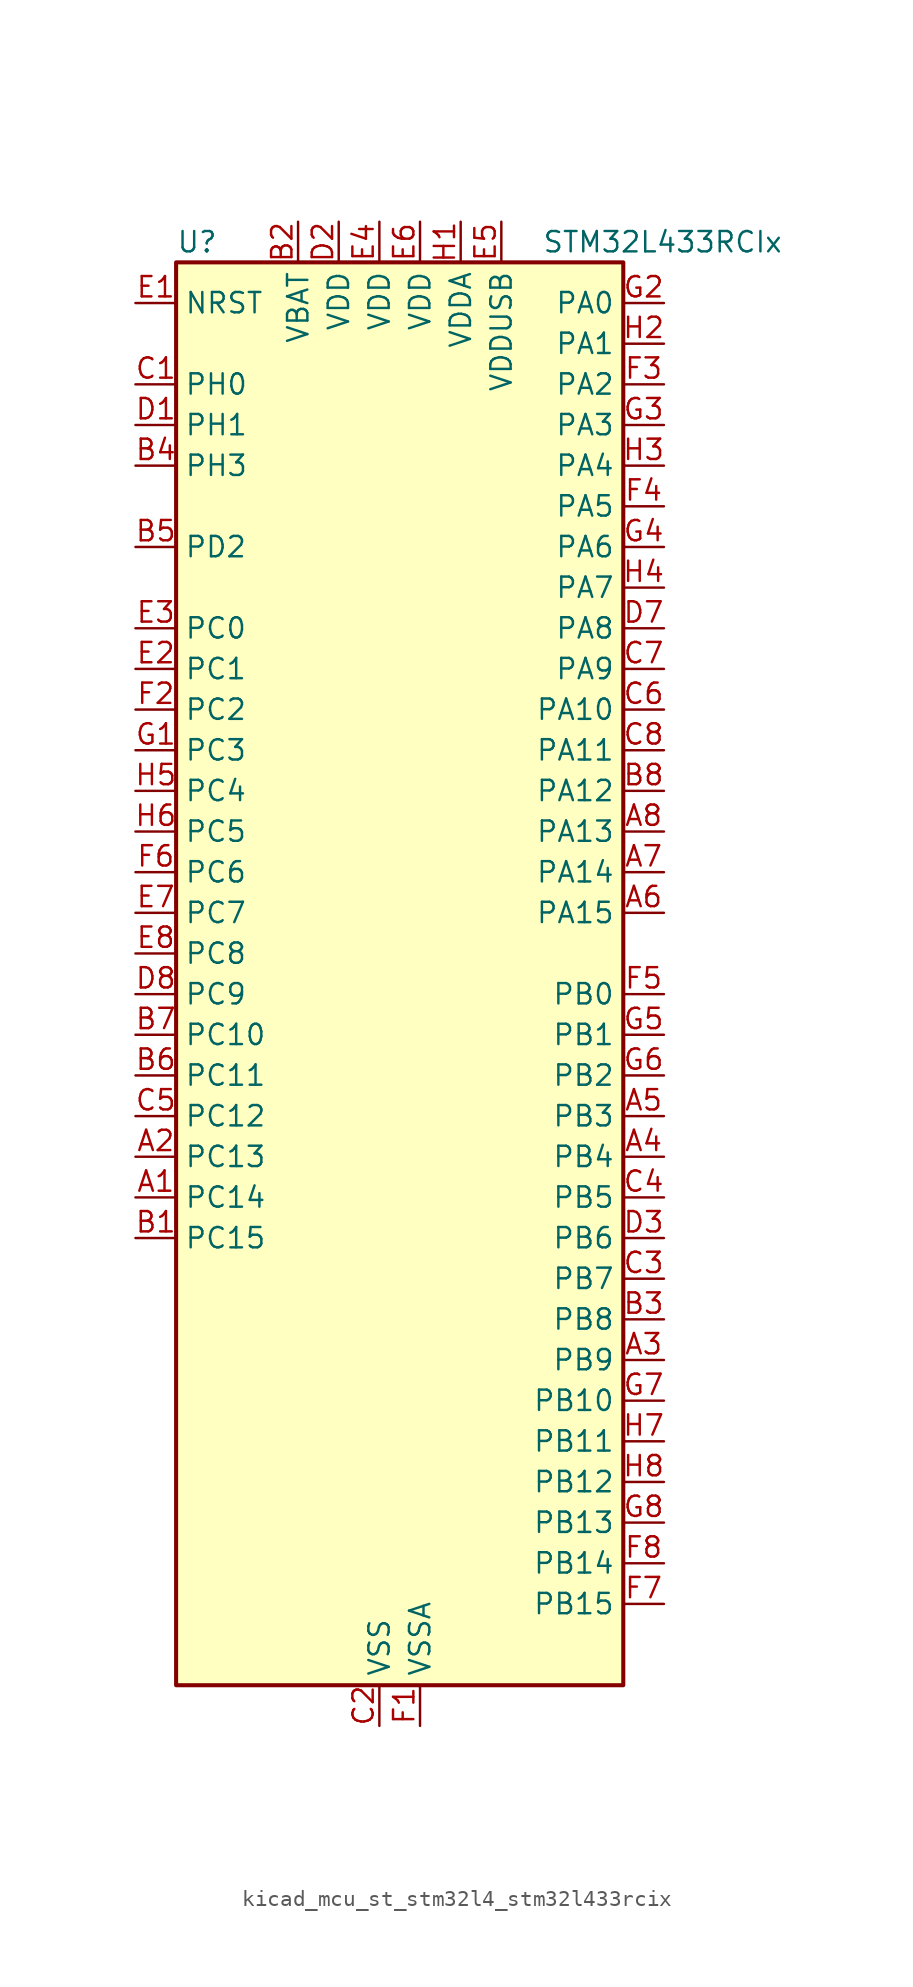
<source format=kicad_sym>
(kicad_symbol_lib
  (version 20220914)
  (generator kicad_symbol_editor)
  (symbol "kicad_mcu_st_stm32l4_stm32l433rcix"
    (property "Reference" "U"
      (at -12.7 46.99 0)
      (effects (font (size 1.27 1.27)) (justify left)))
    (property "Value" "STM32L433RCIx"
      (at 10.16 46.99 0)
      (effects (font (size 1.27 1.27)) (justify left)))
    (property "ki_locked" ""
      (at 0 0 0)
      (effects (font (size 1.27 1.27))))
    (symbol "kicad_mcu_st_stm32l4_stm32l433rcix_0_1"
      (rectangle (start -12.7 -43.18) (end 15.24 45.72) (stroke (width 0.254) (type default)) (fill (type background))))
    (symbol "kicad_mcu_st_stm32l4_stm32l433rcix_1_1"
      (pin bidirectional line (at -15.24 -12.7 0) (length 2.54) (name "PC14" (effects (font (size 1.27 1.27)))) (number "A1" (effects (font (size 1.27 1.27)))) (alternate "RCC_OSC32_IN" bidirectional line))
      (pin bidirectional line (at -15.24 -10.16 0) (length 2.54) (name "PC13" (effects (font (size 1.27 1.27)))) (number "A2" (effects (font (size 1.27 1.27)))) (alternate "RTC_OUT_ALARM" bidirectional line) (alternate "RTC_OUT_CALIB" bidirectional line) (alternate "RTC_TAMP1" bidirectional line) (alternate "RTC_TS" bidirectional line) (alternate "SYS_WKUP2" bidirectional line))
      (pin bidirectional line (at 17.78 -22.86 180) (length 2.54) (name "PB9" (effects (font (size 1.27 1.27)))) (number "A3" (effects (font (size 1.27 1.27)))) (alternate "CAN1_TX" bidirectional line) (alternate "DAC1_EXTI9" bidirectional line) (alternate "I2C1_SDA" bidirectional line) (alternate "IR_OUT" bidirectional line) (alternate "LCD_COM3" bidirectional line) (alternate "SAI1_FS_A" bidirectional line) (alternate "SDMMC1_D5" bidirectional line) (alternate "SPI2_NSS" bidirectional line))
      (pin bidirectional line (at 17.78 -10.16 180) (length 2.54) (name "PB4" (effects (font (size 1.27 1.27)))) (number "A4" (effects (font (size 1.27 1.27)))) (alternate "COMP2_INP" bidirectional line) (alternate "I2C3_SDA" bidirectional line) (alternate "LCD_SEG8" bidirectional line) (alternate "SAI1_MCLK_B" bidirectional line) (alternate "SPI1_MISO" bidirectional line) (alternate "SPI3_MISO" bidirectional line) (alternate "SYS_JTRST" bidirectional line) (alternate "TSC_G2_IO1" bidirectional line) (alternate "USART1_CTS" bidirectional line))
      (pin bidirectional line (at 17.78 -7.62 180) (length 2.54) (name "PB3" (effects (font (size 1.27 1.27)))) (number "A5" (effects (font (size 1.27 1.27)))) (alternate "COMP2_INM" bidirectional line) (alternate "LCD_SEG7" bidirectional line) (alternate "SAI1_SCK_B" bidirectional line) (alternate "SPI1_SCK" bidirectional line) (alternate "SPI3_SCK" bidirectional line) (alternate "SYS_JTDO-SWO" bidirectional line) (alternate "TIM2_CH2" bidirectional line) (alternate "USART1_DE" bidirectional line) (alternate "USART1_RTS" bidirectional line))
      (pin bidirectional line (at 17.78 5.08 180) (length 2.54) (name "PA15" (effects (font (size 1.27 1.27)))) (number "A6" (effects (font (size 1.27 1.27)))) (alternate "ADC1_EXTI15" bidirectional line) (alternate "LCD_SEG17" bidirectional line) (alternate "SPI1_NSS" bidirectional line) (alternate "SPI3_NSS" bidirectional line) (alternate "SWPMI1_SUSPEND" bidirectional line) (alternate "SYS_JTDI" bidirectional line) (alternate "TIM2_CH1" bidirectional line) (alternate "TIM2_ETR" bidirectional line) (alternate "TSC_G3_IO1" bidirectional line) (alternate "USART2_RX" bidirectional line) (alternate "USART3_DE" bidirectional line) (alternate "USART3_RTS" bidirectional line))
      (pin bidirectional line (at 17.78 7.62 180) (length 2.54) (name "PA14" (effects (font (size 1.27 1.27)))) (number "A7" (effects (font (size 1.27 1.27)))) (alternate "I2C1_SMBA" bidirectional line) (alternate "LPTIM1_OUT" bidirectional line) (alternate "SAI1_FS_B" bidirectional line) (alternate "SWPMI1_RX" bidirectional line) (alternate "SYS_JTCK-SWCLK" bidirectional line))
      (pin bidirectional line (at 17.78 10.16 180) (length 2.54) (name "PA13" (effects (font (size 1.27 1.27)))) (number "A8" (effects (font (size 1.27 1.27)))) (alternate "IR_OUT" bidirectional line) (alternate "SAI1_SD_B" bidirectional line) (alternate "SWPMI1_TX" bidirectional line) (alternate "SYS_JTMS-SWDIO" bidirectional line) (alternate "USB_NOE" bidirectional line))
      (pin bidirectional line (at -15.24 -15.24 0) (length 2.54) (name "PC15" (effects (font (size 1.27 1.27)))) (number "B1" (effects (font (size 1.27 1.27)))) (alternate "ADC1_EXTI15" bidirectional line) (alternate "RCC_OSC32_OUT" bidirectional line))
      (pin power_in line (at -5.08 48.26 270) (length 2.54) (name "VBAT" (effects (font (size 1.27 1.27)))) (number "B2" (effects (font (size 1.27 1.27)))))
      (pin bidirectional line (at 17.78 -20.32 180) (length 2.54) (name "PB8" (effects (font (size 1.27 1.27)))) (number "B3" (effects (font (size 1.27 1.27)))) (alternate "CAN1_RX" bidirectional line) (alternate "I2C1_SCL" bidirectional line) (alternate "LCD_SEG16" bidirectional line) (alternate "SAI1_MCLK_A" bidirectional line) (alternate "SDMMC1_D4" bidirectional line) (alternate "TIM16_CH1" bidirectional line))
      (pin bidirectional line (at -15.24 33.02 0) (length 2.54) (name "PH3" (effects (font (size 1.27 1.27)))) (number "B4" (effects (font (size 1.27 1.27)))))
      (pin bidirectional line (at -15.24 27.94 0) (length 2.54) (name "PD2" (effects (font (size 1.27 1.27)))) (number "B5" (effects (font (size 1.27 1.27)))) (alternate "LCD_COM7" bidirectional line) (alternate "LCD_SEG31" bidirectional line) (alternate "LCD_SEG43" bidirectional line) (alternate "SDMMC1_CMD" bidirectional line) (alternate "TSC_SYNC" bidirectional line) (alternate "USART3_DE" bidirectional line) (alternate "USART3_RTS" bidirectional line))
      (pin bidirectional line (at -15.24 -5.08 0) (length 2.54) (name "PC11" (effects (font (size 1.27 1.27)))) (number "B6" (effects (font (size 1.27 1.27)))) (alternate "ADC1_EXTI11" bidirectional line) (alternate "LCD_COM5" bidirectional line) (alternate "LCD_SEG29" bidirectional line) (alternate "LCD_SEG41" bidirectional line) (alternate "SDMMC1_D3" bidirectional line) (alternate "SPI3_MISO" bidirectional line) (alternate "TSC_G3_IO3" bidirectional line) (alternate "USART3_RX" bidirectional line))
      (pin bidirectional line (at -15.24 -2.54 0) (length 2.54) (name "PC10" (effects (font (size 1.27 1.27)))) (number "B7" (effects (font (size 1.27 1.27)))) (alternate "LCD_COM4" bidirectional line) (alternate "LCD_SEG28" bidirectional line) (alternate "LCD_SEG40" bidirectional line) (alternate "SDMMC1_D2" bidirectional line) (alternate "SPI3_SCK" bidirectional line) (alternate "TSC_G3_IO2" bidirectional line) (alternate "USART3_TX" bidirectional line))
      (pin bidirectional line (at 17.78 12.7 180) (length 2.54) (name "PA12" (effects (font (size 1.27 1.27)))) (number "B8" (effects (font (size 1.27 1.27)))) (alternate "CAN1_TX" bidirectional line) (alternate "SPI1_MOSI" bidirectional line) (alternate "TIM1_ETR" bidirectional line) (alternate "USART1_DE" bidirectional line) (alternate "USART1_RTS" bidirectional line) (alternate "USB_DP" bidirectional line))
      (pin bidirectional line (at -15.24 38.1 0) (length 2.54) (name "PH0" (effects (font (size 1.27 1.27)))) (number "C1" (effects (font (size 1.27 1.27)))) (alternate "RCC_OSC_IN" bidirectional line))
      (pin power_in line (at 0 -45.72 90) (length 2.54) (name "VSS" (effects (font (size 1.27 1.27)))) (number "C2" (effects (font (size 1.27 1.27)))))
      (pin bidirectional line (at 17.78 -17.78 180) (length 2.54) (name "PB7" (effects (font (size 1.27 1.27)))) (number "C3" (effects (font (size 1.27 1.27)))) (alternate "COMP2_INM" bidirectional line) (alternate "I2C1_SDA" bidirectional line) (alternate "LCD_SEG21" bidirectional line) (alternate "LPTIM1_IN2" bidirectional line) (alternate "SYS_PVD_IN" bidirectional line) (alternate "TSC_G2_IO4" bidirectional line) (alternate "USART1_RX" bidirectional line))
      (pin bidirectional line (at 17.78 -12.7 180) (length 2.54) (name "PB5" (effects (font (size 1.27 1.27)))) (number "C4" (effects (font (size 1.27 1.27)))) (alternate "COMP2_OUT" bidirectional line) (alternate "I2C1_SMBA" bidirectional line) (alternate "LCD_SEG9" bidirectional line) (alternate "LPTIM1_IN1" bidirectional line) (alternate "SAI1_SD_B" bidirectional line) (alternate "SPI1_MOSI" bidirectional line) (alternate "SPI3_MOSI" bidirectional line) (alternate "TIM16_BKIN" bidirectional line) (alternate "TSC_G2_IO2" bidirectional line) (alternate "USART1_CK" bidirectional line))
      (pin bidirectional line (at -15.24 -7.62 0) (length 2.54) (name "PC12" (effects (font (size 1.27 1.27)))) (number "C5" (effects (font (size 1.27 1.27)))) (alternate "LCD_COM6" bidirectional line) (alternate "LCD_SEG30" bidirectional line) (alternate "LCD_SEG42" bidirectional line) (alternate "SDMMC1_CK" bidirectional line) (alternate "SPI3_MOSI" bidirectional line) (alternate "TSC_G3_IO4" bidirectional line) (alternate "USART3_CK" bidirectional line))
      (pin bidirectional line (at 17.78 17.78 180) (length 2.54) (name "PA10" (effects (font (size 1.27 1.27)))) (number "C6" (effects (font (size 1.27 1.27)))) (alternate "CRS_SYNC" bidirectional line) (alternate "I2C1_SDA" bidirectional line) (alternate "LCD_COM2" bidirectional line) (alternate "SAI1_SD_A" bidirectional line) (alternate "TIM1_CH3" bidirectional line) (alternate "USART1_RX" bidirectional line))
      (pin bidirectional line (at 17.78 20.32 180) (length 2.54) (name "PA9" (effects (font (size 1.27 1.27)))) (number "C7" (effects (font (size 1.27 1.27)))) (alternate "DAC1_EXTI9" bidirectional line) (alternate "I2C1_SCL" bidirectional line) (alternate "LCD_COM1" bidirectional line) (alternate "SAI1_FS_A" bidirectional line) (alternate "TIM15_BKIN" bidirectional line) (alternate "TIM1_CH2" bidirectional line) (alternate "USART1_TX" bidirectional line))
      (pin bidirectional line (at 17.78 15.24 180) (length 2.54) (name "PA11" (effects (font (size 1.27 1.27)))) (number "C8" (effects (font (size 1.27 1.27)))) (alternate "ADC1_EXTI11" bidirectional line) (alternate "CAN1_RX" bidirectional line) (alternate "COMP1_OUT" bidirectional line) (alternate "SPI1_MISO" bidirectional line) (alternate "TIM1_BKIN2" bidirectional line) (alternate "TIM1_BKIN2_COMP1" bidirectional line) (alternate "TIM1_CH4" bidirectional line) (alternate "USART1_CTS" bidirectional line) (alternate "USB_DM" bidirectional line))
      (pin bidirectional line (at -15.24 35.56 0) (length 2.54) (name "PH1" (effects (font (size 1.27 1.27)))) (number "D1" (effects (font (size 1.27 1.27)))) (alternate "RCC_OSC_OUT" bidirectional line))
      (pin power_in line (at -2.54 48.26 270) (length 2.54) (name "VDD" (effects (font (size 1.27 1.27)))) (number "D2" (effects (font (size 1.27 1.27)))))
      (pin bidirectional line (at 17.78 -15.24 180) (length 2.54) (name "PB6" (effects (font (size 1.27 1.27)))) (number "D3" (effects (font (size 1.27 1.27)))) (alternate "COMP2_INP" bidirectional line) (alternate "I2C1_SCL" bidirectional line) (alternate "LPTIM1_ETR" bidirectional line) (alternate "SAI1_FS_B" bidirectional line) (alternate "TIM16_CH1N" bidirectional line) (alternate "TSC_G2_IO3" bidirectional line) (alternate "USART1_TX" bidirectional line))
      (pin passive line (at 0 -45.72 90) (length 2.54) hide (name "VSS" (effects (font (size 1.27 1.27)))) (number "D4" (effects (font (size 1.27 1.27)))))
      (pin passive line (at 0 -45.72 90) (length 2.54) hide (name "VSS" (effects (font (size 1.27 1.27)))) (number "D5" (effects (font (size 1.27 1.27)))))
      (pin passive line (at 0 -45.72 90) (length 2.54) hide (name "VSS" (effects (font (size 1.27 1.27)))) (number "D6" (effects (font (size 1.27 1.27)))))
      (pin bidirectional line (at 17.78 22.86 180) (length 2.54) (name "PA8" (effects (font (size 1.27 1.27)))) (number "D7" (effects (font (size 1.27 1.27)))) (alternate "LCD_COM0" bidirectional line) (alternate "LPTIM2_OUT" bidirectional line) (alternate "RCC_MCO" bidirectional line) (alternate "SAI1_SCK_A" bidirectional line) (alternate "SWPMI1_IO" bidirectional line) (alternate "TIM1_CH1" bidirectional line) (alternate "USART1_CK" bidirectional line))
      (pin bidirectional line (at -15.24 0 0) (length 2.54) (name "PC9" (effects (font (size 1.27 1.27)))) (number "D8" (effects (font (size 1.27 1.27)))) (alternate "DAC1_EXTI9" bidirectional line) (alternate "LCD_SEG27" bidirectional line) (alternate "SDMMC1_D1" bidirectional line) (alternate "TSC_G4_IO4" bidirectional line) (alternate "USB_NOE" bidirectional line))
      (pin input line (at -15.24 43.18 0) (length 2.54) (name "NRST" (effects (font (size 1.27 1.27)))) (number "E1" (effects (font (size 1.27 1.27)))))
      (pin bidirectional line (at -15.24 20.32 0) (length 2.54) (name "PC1" (effects (font (size 1.27 1.27)))) (number "E2" (effects (font (size 1.27 1.27)))) (alternate "ADC1_IN2" bidirectional line) (alternate "I2C3_SDA" bidirectional line) (alternate "LCD_SEG19" bidirectional line) (alternate "LPTIM1_OUT" bidirectional line) (alternate "LPUART1_TX" bidirectional line))
      (pin bidirectional line (at -15.24 22.86 0) (length 2.54) (name "PC0" (effects (font (size 1.27 1.27)))) (number "E3" (effects (font (size 1.27 1.27)))) (alternate "ADC1_IN1" bidirectional line) (alternate "I2C3_SCL" bidirectional line) (alternate "LCD_SEG18" bidirectional line) (alternate "LPTIM1_IN1" bidirectional line) (alternate "LPTIM2_IN1" bidirectional line) (alternate "LPUART1_RX" bidirectional line))
      (pin power_in line (at 0 48.26 270) (length 2.54) (name "VDD" (effects (font (size 1.27 1.27)))) (number "E4" (effects (font (size 1.27 1.27)))))
      (pin power_in line (at 7.62 48.26 270) (length 2.54) (name "VDDUSB" (effects (font (size 1.27 1.27)))) (number "E5" (effects (font (size 1.27 1.27)))))
      (pin power_in line (at 2.54 48.26 270) (length 2.54) (name "VDD" (effects (font (size 1.27 1.27)))) (number "E6" (effects (font (size 1.27 1.27)))))
      (pin bidirectional line (at -15.24 5.08 0) (length 2.54) (name "PC7" (effects (font (size 1.27 1.27)))) (number "E7" (effects (font (size 1.27 1.27)))) (alternate "LCD_SEG25" bidirectional line) (alternate "SDMMC1_D7" bidirectional line) (alternate "TSC_G4_IO2" bidirectional line))
      (pin bidirectional line (at -15.24 2.54 0) (length 2.54) (name "PC8" (effects (font (size 1.27 1.27)))) (number "E8" (effects (font (size 1.27 1.27)))) (alternate "LCD_SEG26" bidirectional line) (alternate "SDMMC1_D0" bidirectional line) (alternate "TSC_G4_IO3" bidirectional line))
      (pin power_in line (at 2.54 -45.72 90) (length 2.54) (name "VSSA" (effects (font (size 1.27 1.27)))) (number "F1" (effects (font (size 1.27 1.27)))))
      (pin bidirectional line (at -15.24 17.78 0) (length 2.54) (name "PC2" (effects (font (size 1.27 1.27)))) (number "F2" (effects (font (size 1.27 1.27)))) (alternate "ADC1_IN3" bidirectional line) (alternate "LCD_SEG20" bidirectional line) (alternate "LPTIM1_IN2" bidirectional line) (alternate "SPI2_MISO" bidirectional line))
      (pin bidirectional line (at 17.78 38.1 180) (length 2.54) (name "PA2" (effects (font (size 1.27 1.27)))) (number "F3" (effects (font (size 1.27 1.27)))) (alternate "ADC1_IN7" bidirectional line) (alternate "COMP2_INM" bidirectional line) (alternate "COMP2_OUT" bidirectional line) (alternate "LCD_SEG1" bidirectional line) (alternate "LPUART1_TX" bidirectional line) (alternate "QUADSPI_BK1_NCS" bidirectional line) (alternate "RCC_LSCO" bidirectional line) (alternate "SYS_WKUP4" bidirectional line) (alternate "TIM15_CH1" bidirectional line) (alternate "TIM2_CH3" bidirectional line) (alternate "USART2_TX" bidirectional line))
      (pin bidirectional line (at 17.78 30.48 180) (length 2.54) (name "PA5" (effects (font (size 1.27 1.27)))) (number "F4" (effects (font (size 1.27 1.27)))) (alternate "ADC1_IN10" bidirectional line) (alternate "COMP1_INM" bidirectional line) (alternate "COMP2_INM" bidirectional line) (alternate "DAC1_OUT2" bidirectional line) (alternate "LPTIM2_ETR" bidirectional line) (alternate "SPI1_SCK" bidirectional line) (alternate "TIM2_CH1" bidirectional line) (alternate "TIM2_ETR" bidirectional line))
      (pin bidirectional line (at 17.78 0 180) (length 2.54) (name "PB0" (effects (font (size 1.27 1.27)))) (number "F5" (effects (font (size 1.27 1.27)))) (alternate "ADC1_IN15" bidirectional line) (alternate "COMP1_OUT" bidirectional line) (alternate "LCD_SEG5" bidirectional line) (alternate "QUADSPI_BK1_IO1" bidirectional line) (alternate "SAI1_EXTCLK" bidirectional line) (alternate "SPI1_NSS" bidirectional line) (alternate "TIM1_CH2N" bidirectional line) (alternate "USART3_CK" bidirectional line))
      (pin bidirectional line (at -15.24 7.62 0) (length 2.54) (name "PC6" (effects (font (size 1.27 1.27)))) (number "F6" (effects (font (size 1.27 1.27)))) (alternate "LCD_SEG24" bidirectional line) (alternate "SDMMC1_D6" bidirectional line) (alternate "TSC_G4_IO1" bidirectional line))
      (pin bidirectional line (at 17.78 -38.1 180) (length 2.54) (name "PB15" (effects (font (size 1.27 1.27)))) (number "F7" (effects (font (size 1.27 1.27)))) (alternate "ADC1_EXTI15" bidirectional line) (alternate "LCD_SEG15" bidirectional line) (alternate "RTC_REFIN" bidirectional line) (alternate "SAI1_SD_A" bidirectional line) (alternate "SPI2_MOSI" bidirectional line) (alternate "SWPMI1_SUSPEND" bidirectional line) (alternate "TIM15_CH2" bidirectional line) (alternate "TIM1_CH3N" bidirectional line) (alternate "TSC_G1_IO4" bidirectional line))
      (pin bidirectional line (at 17.78 -35.56 180) (length 2.54) (name "PB14" (effects (font (size 1.27 1.27)))) (number "F8" (effects (font (size 1.27 1.27)))) (alternate "I2C2_SDA" bidirectional line) (alternate "LCD_SEG14" bidirectional line) (alternate "SAI1_MCLK_A" bidirectional line) (alternate "SPI2_MISO" bidirectional line) (alternate "SWPMI1_RX" bidirectional line) (alternate "TIM15_CH1" bidirectional line) (alternate "TIM1_CH2N" bidirectional line) (alternate "TSC_G1_IO3" bidirectional line) (alternate "USART3_DE" bidirectional line) (alternate "USART3_RTS" bidirectional line))
      (pin bidirectional line (at -15.24 15.24 0) (length 2.54) (name "PC3" (effects (font (size 1.27 1.27)))) (number "G1" (effects (font (size 1.27 1.27)))) (alternate "ADC1_IN4" bidirectional line) (alternate "LCD_VLCD" bidirectional line) (alternate "LPTIM1_ETR" bidirectional line) (alternate "LPTIM2_ETR" bidirectional line) (alternate "SAI1_SD_A" bidirectional line) (alternate "SPI2_MOSI" bidirectional line))
      (pin bidirectional line (at 17.78 43.18 180) (length 2.54) (name "PA0" (effects (font (size 1.27 1.27)))) (number "G2" (effects (font (size 1.27 1.27)))) (alternate "ADC1_IN5" bidirectional line) (alternate "COMP1_INM" bidirectional line) (alternate "COMP1_OUT" bidirectional line) (alternate "OPAMP1_VINP" bidirectional line) (alternate "RTC_TAMP2" bidirectional line) (alternate "SAI1_EXTCLK" bidirectional line) (alternate "SYS_WKUP1" bidirectional line) (alternate "TIM2_CH1" bidirectional line) (alternate "TIM2_ETR" bidirectional line) (alternate "USART2_CTS" bidirectional line))
      (pin bidirectional line (at 17.78 35.56 180) (length 2.54) (name "PA3" (effects (font (size 1.27 1.27)))) (number "G3" (effects (font (size 1.27 1.27)))) (alternate "ADC1_IN8" bidirectional line) (alternate "COMP2_INP" bidirectional line) (alternate "LCD_SEG2" bidirectional line) (alternate "LPUART1_RX" bidirectional line) (alternate "OPAMP1_VOUT" bidirectional line) (alternate "QUADSPI_CLK" bidirectional line) (alternate "SAI1_MCLK_A" bidirectional line) (alternate "TIM15_CH2" bidirectional line) (alternate "TIM2_CH4" bidirectional line) (alternate "USART2_RX" bidirectional line))
      (pin bidirectional line (at 17.78 27.94 180) (length 2.54) (name "PA6" (effects (font (size 1.27 1.27)))) (number "G4" (effects (font (size 1.27 1.27)))) (alternate "ADC1_IN11" bidirectional line) (alternate "COMP1_OUT" bidirectional line) (alternate "LCD_SEG3" bidirectional line) (alternate "LPUART1_CTS" bidirectional line) (alternate "QUADSPI_BK1_IO3" bidirectional line) (alternate "SPI1_MISO" bidirectional line) (alternate "TIM16_CH1" bidirectional line) (alternate "TIM1_BKIN" bidirectional line) (alternate "TIM1_BKIN_COMP2" bidirectional line) (alternate "USART3_CTS" bidirectional line))
      (pin bidirectional line (at 17.78 -2.54 180) (length 2.54) (name "PB1" (effects (font (size 1.27 1.27)))) (number "G5" (effects (font (size 1.27 1.27)))) (alternate "ADC1_IN16" bidirectional line) (alternate "COMP1_INM" bidirectional line) (alternate "LCD_SEG6" bidirectional line) (alternate "LPTIM2_IN1" bidirectional line) (alternate "LPUART1_DE" bidirectional line) (alternate "LPUART1_RTS" bidirectional line) (alternate "QUADSPI_BK1_IO0" bidirectional line) (alternate "TIM1_CH3N" bidirectional line) (alternate "USART3_DE" bidirectional line) (alternate "USART3_RTS" bidirectional line))
      (pin bidirectional line (at 17.78 -5.08 180) (length 2.54) (name "PB2" (effects (font (size 1.27 1.27)))) (number "G6" (effects (font (size 1.27 1.27)))) (alternate "COMP1_INP" bidirectional line) (alternate "I2C3_SMBA" bidirectional line) (alternate "LCD_VLCD" bidirectional line) (alternate "LPTIM1_OUT" bidirectional line) (alternate "RTC_OUT_ALARM" bidirectional line) (alternate "RTC_OUT_CALIB" bidirectional line))
      (pin bidirectional line (at 17.78 -25.4 180) (length 2.54) (name "PB10" (effects (font (size 1.27 1.27)))) (number "G7" (effects (font (size 1.27 1.27)))) (alternate "COMP1_OUT" bidirectional line) (alternate "I2C2_SCL" bidirectional line) (alternate "LCD_SEG10" bidirectional line) (alternate "LPUART1_RX" bidirectional line) (alternate "QUADSPI_CLK" bidirectional line) (alternate "SAI1_SCK_A" bidirectional line) (alternate "SPI2_SCK" bidirectional line) (alternate "TIM2_CH3" bidirectional line) (alternate "TSC_SYNC" bidirectional line) (alternate "USART3_TX" bidirectional line))
      (pin bidirectional line (at 17.78 -33.02 180) (length 2.54) (name "PB13" (effects (font (size 1.27 1.27)))) (number "G8" (effects (font (size 1.27 1.27)))) (alternate "I2C2_SCL" bidirectional line) (alternate "LCD_SEG13" bidirectional line) (alternate "LPUART1_CTS" bidirectional line) (alternate "SAI1_SCK_A" bidirectional line) (alternate "SPI2_SCK" bidirectional line) (alternate "SWPMI1_TX" bidirectional line) (alternate "TIM15_CH1N" bidirectional line) (alternate "TIM1_CH1N" bidirectional line) (alternate "TSC_G1_IO2" bidirectional line) (alternate "USART3_CTS" bidirectional line))
      (pin power_in line (at 5.08 48.26 270) (length 2.54) (name "VDDA" (effects (font (size 1.27 1.27)))) (number "H1" (effects (font (size 1.27 1.27)))))
      (pin bidirectional line (at 17.78 40.64 180) (length 2.54) (name "PA1" (effects (font (size 1.27 1.27)))) (number "H2" (effects (font (size 1.27 1.27)))) (alternate "ADC1_IN6" bidirectional line) (alternate "COMP1_INP" bidirectional line) (alternate "I2C1_SMBA" bidirectional line) (alternate "LCD_SEG0" bidirectional line) (alternate "OPAMP1_VINM" bidirectional line) (alternate "SPI1_SCK" bidirectional line) (alternate "TIM15_CH1N" bidirectional line) (alternate "TIM2_CH2" bidirectional line) (alternate "USART2_DE" bidirectional line) (alternate "USART2_RTS" bidirectional line))
      (pin bidirectional line (at 17.78 33.02 180) (length 2.54) (name "PA4" (effects (font (size 1.27 1.27)))) (number "H3" (effects (font (size 1.27 1.27)))) (alternate "ADC1_IN9" bidirectional line) (alternate "COMP1_INM" bidirectional line) (alternate "COMP2_INM" bidirectional line) (alternate "DAC1_OUT1" bidirectional line) (alternate "LPTIM2_OUT" bidirectional line) (alternate "SAI1_FS_B" bidirectional line) (alternate "SPI1_NSS" bidirectional line) (alternate "SPI3_NSS" bidirectional line) (alternate "USART2_CK" bidirectional line))
      (pin bidirectional line (at 17.78 25.4 180) (length 2.54) (name "PA7" (effects (font (size 1.27 1.27)))) (number "H4" (effects (font (size 1.27 1.27)))) (alternate "ADC1_IN12" bidirectional line) (alternate "COMP2_OUT" bidirectional line) (alternate "I2C3_SCL" bidirectional line) (alternate "LCD_SEG4" bidirectional line) (alternate "QUADSPI_BK1_IO2" bidirectional line) (alternate "SPI1_MOSI" bidirectional line) (alternate "TIM1_CH1N" bidirectional line))
      (pin bidirectional line (at -15.24 12.7 0) (length 2.54) (name "PC4" (effects (font (size 1.27 1.27)))) (number "H5" (effects (font (size 1.27 1.27)))) (alternate "ADC1_IN13" bidirectional line) (alternate "COMP1_INM" bidirectional line) (alternate "LCD_SEG22" bidirectional line) (alternate "USART3_TX" bidirectional line))
      (pin bidirectional line (at -15.24 10.16 0) (length 2.54) (name "PC5" (effects (font (size 1.27 1.27)))) (number "H6" (effects (font (size 1.27 1.27)))) (alternate "ADC1_IN14" bidirectional line) (alternate "COMP1_INP" bidirectional line) (alternate "LCD_SEG23" bidirectional line) (alternate "SYS_WKUP5" bidirectional line) (alternate "USART3_RX" bidirectional line))
      (pin bidirectional line (at 17.78 -27.94 180) (length 2.54) (name "PB11" (effects (font (size 1.27 1.27)))) (number "H7" (effects (font (size 1.27 1.27)))) (alternate "ADC1_EXTI11" bidirectional line) (alternate "COMP2_OUT" bidirectional line) (alternate "I2C2_SDA" bidirectional line) (alternate "LCD_SEG11" bidirectional line) (alternate "LPUART1_TX" bidirectional line) (alternate "QUADSPI_BK1_NCS" bidirectional line) (alternate "TIM2_CH4" bidirectional line) (alternate "USART3_RX" bidirectional line))
      (pin bidirectional line (at 17.78 -30.48 180) (length 2.54) (name "PB12" (effects (font (size 1.27 1.27)))) (number "H8" (effects (font (size 1.27 1.27)))) (alternate "I2C2_SMBA" bidirectional line) (alternate "LCD_SEG12" bidirectional line) (alternate "LPUART1_DE" bidirectional line) (alternate "LPUART1_RTS" bidirectional line) (alternate "SAI1_FS_A" bidirectional line) (alternate "SPI2_NSS" bidirectional line) (alternate "SWPMI1_IO" bidirectional line) (alternate "TIM15_BKIN" bidirectional line) (alternate "TIM1_BKIN" bidirectional line) (alternate "TIM1_BKIN_COMP2" bidirectional line) (alternate "TSC_G1_IO1" bidirectional line) (alternate "USART3_CK" bidirectional line)))))
</source>
